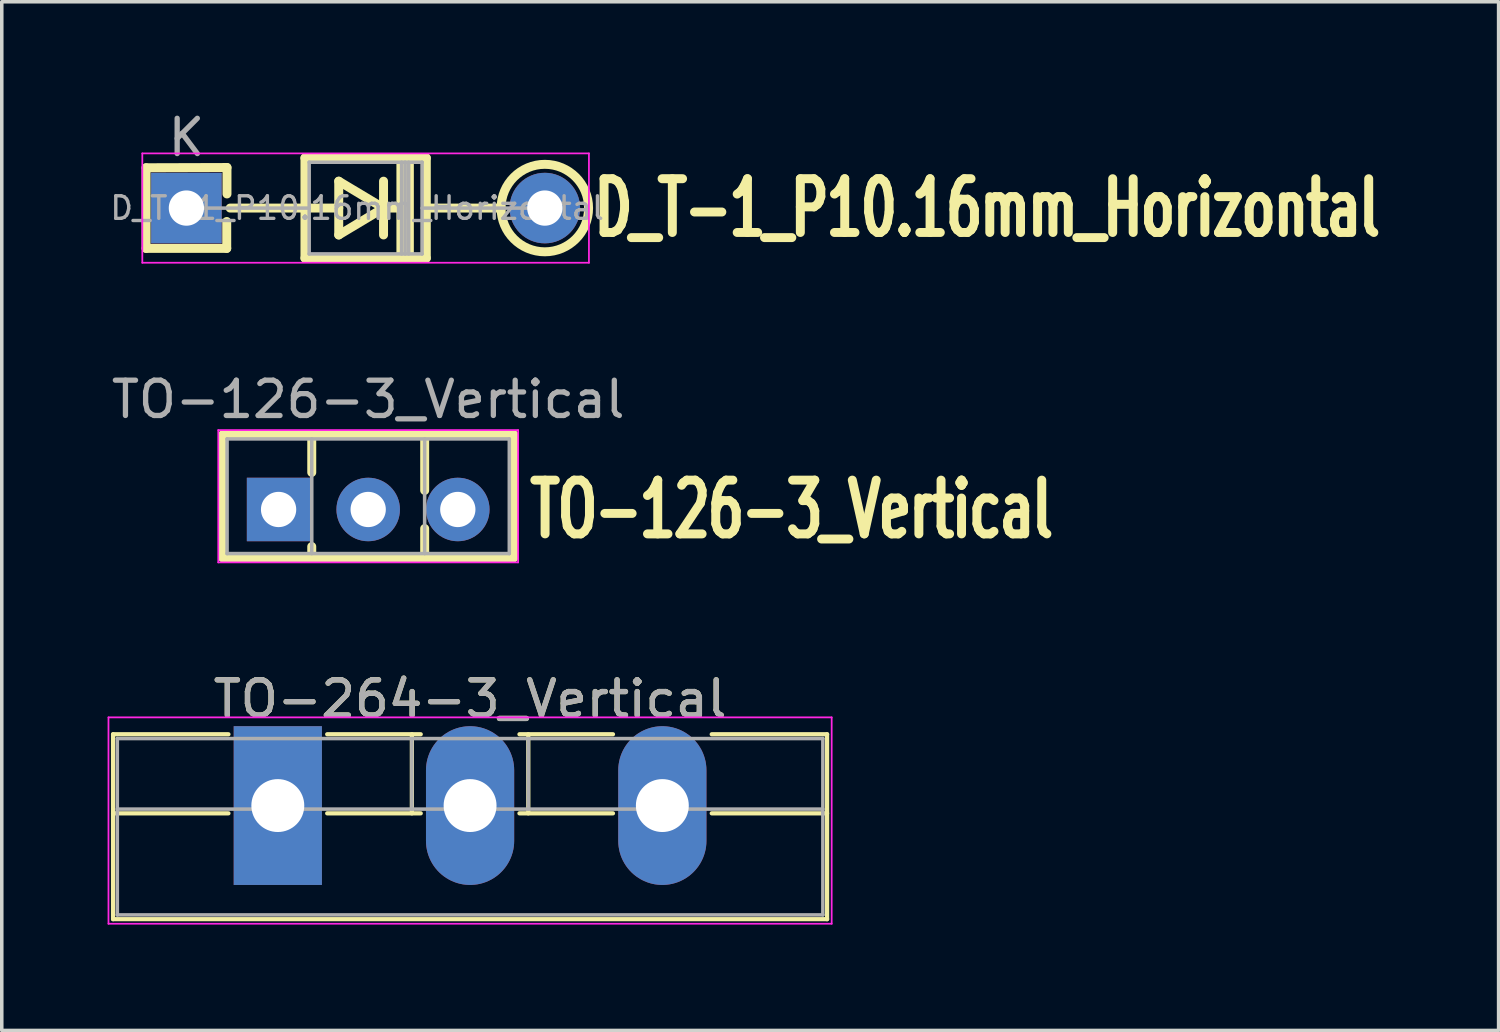
<source format=kicad_pcb>
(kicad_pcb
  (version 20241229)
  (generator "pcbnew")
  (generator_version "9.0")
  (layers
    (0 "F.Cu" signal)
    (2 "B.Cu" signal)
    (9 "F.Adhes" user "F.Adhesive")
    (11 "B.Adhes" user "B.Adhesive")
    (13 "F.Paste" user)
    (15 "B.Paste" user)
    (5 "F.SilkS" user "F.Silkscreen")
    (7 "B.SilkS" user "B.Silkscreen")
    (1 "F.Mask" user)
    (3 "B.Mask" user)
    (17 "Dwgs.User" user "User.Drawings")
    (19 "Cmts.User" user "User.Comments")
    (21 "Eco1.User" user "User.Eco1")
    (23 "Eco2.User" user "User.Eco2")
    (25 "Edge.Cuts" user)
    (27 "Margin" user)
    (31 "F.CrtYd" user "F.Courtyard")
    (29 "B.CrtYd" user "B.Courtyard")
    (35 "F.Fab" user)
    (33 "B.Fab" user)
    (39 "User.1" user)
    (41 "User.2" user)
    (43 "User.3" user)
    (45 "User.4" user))
  (footprint "TO-126-3_Vertical"
    (layer "F.Cu")
    (at 4.847 11.392)
    (property "Reference" "TO-126-3_Vertical" (at 7 0 0) (layer "F.SilkS") (effects (font (size 1.524 1.016) (thickness 0.254)) (justify left)))
    (attr through_hole)
    (fp_line (start -1.58 -2.12) (end -1.58 1.37) (stroke (width 0.254) (type solid)) (layer "F.SilkS"))
    (fp_line (start -1.58 -2.12) (end 6.66 -2.12) (stroke (width 0.254) (type solid)) (layer "F.SilkS"))
    (fp_line (start -1.58 1.37) (end 6.66 1.37) (stroke (width 0.254) (type solid)) (layer "F.SilkS"))
    (fp_line (start 0.94 -2.12) (end 0.94 -1.05) (stroke (width 0.254) (type solid)) (layer "F.SilkS"))
    (fp_line (start 0.94 1.05) (end 0.94 1.37) (stroke (width 0.254) (type solid)) (layer "F.SilkS"))
    (fp_line (start 4.141 -2.12) (end 4.141 -0.54) (stroke (width 0.254) (type solid)) (layer "F.SilkS"))
    (fp_line (start 4.141 0.54) (end 4.141 1.37) (stroke (width 0.254) (type solid)) (layer "F.SilkS"))
    (fp_line (start 6.66 -2.12) (end 6.66 1.37) (stroke (width 0.254) (type solid)) (layer "F.SilkS"))
    (fp_line (start -1.71 -2.25) (end -1.71 1.5) (stroke (width 0.05) (type solid)) (layer "F.CrtYd"))
    (fp_line (start -1.71 1.5) (end 6.79 1.5) (stroke (width 0.05) (type solid)) (layer "F.CrtYd"))
    (fp_line (start 6.79 -2.25) (end -1.71 -2.25) (stroke (width 0.05) (type solid)) (layer "F.CrtYd"))
    (fp_line (start 6.79 1.5) (end 6.79 -2.25) (stroke (width 0.05) (type solid)) (layer "F.CrtYd"))
    (fp_line (start -1.46 -2) (end -1.46 1.25) (stroke (width 0.1) (type solid)) (layer "F.Fab"))
    (fp_line (start -1.46 1.25) (end 6.54 1.25) (stroke (width 0.1) (type solid)) (layer "F.Fab"))
    (fp_line (start 0.94 -2) (end 0.94 1.25) (stroke (width 0.1) (type solid)) (layer "F.Fab"))
    (fp_line (start 4.14 -2) (end 4.14 1.25) (stroke (width 0.1) (type solid)) (layer "F.Fab"))
    (fp_line (start 6.54 -2) (end -1.46 -2) (stroke (width 0.1) (type solid)) (layer "F.Fab"))
    (fp_line (start 6.54 1.25) (end 6.54 -2) (stroke (width 0.1) (type solid)) (layer "F.Fab"))
    (fp_text user "${REFERENCE}" (at 2.54 -3.12 0) (layer "F.Fab") (effects (font (size 1 1) (thickness 0.15))))
    (pad "1" thru_hole oval (at 2.54 0) (size 1.8 1.8) (drill 1) (layers "*.Cu" "*.Mask"))
    (pad "2" thru_hole oval (at 5.08 0) (size 1.8 1.8) (drill 1) (layers "*.Cu" "*.Mask"))
    (pad "3" thru_hole rect (at 0 0) (size 1.8 1.8) (drill 1) (layers "*.Cu" "*.Mask")))
  (footprint "TO-264-3_Vertical"
    (layer "F.Cu")
    (at 4.825 19.785)
    (property "Reference" "TO-264-3_Vertical" (at 5.45 -3.02 0) (layer "F.SilkS") (effects (font (size 1 1) (thickness 0.15))))
    (attr through_hole)
    (fp_line (start -4.67 -2.021) (end -4.67 3.22) (stroke (width 0.12) (type solid)) (layer "F.SilkS"))
    (fp_line (start -4.67 -2.021) (end -1.4 -2.021) (stroke (width 0.12) (type solid)) (layer "F.SilkS"))
    (fp_line (start -4.67 0.22) (end -1.4 0.22) (stroke (width 0.12) (type solid)) (layer "F.SilkS"))
    (fp_line (start -4.67 3.22) (end 15.57 3.22) (stroke (width 0.12) (type solid)) (layer "F.SilkS"))
    (fp_line (start 1.4 -2.021) (end 4.051 -2.021) (stroke (width 0.12) (type solid)) (layer "F.SilkS"))
    (fp_line (start 1.4 0.22) (end 4.051 0.22) (stroke (width 0.12) (type solid)) (layer "F.SilkS"))
    (fp_line (start 3.8 -2.021) (end 3.8 0.22) (stroke (width 0.12) (type solid)) (layer "F.SilkS"))
    (fp_line (start 6.85 -2.021) (end 9.5 -2.021) (stroke (width 0.12) (type solid)) (layer "F.SilkS"))
    (fp_line (start 6.85 0.22) (end 9.5 0.22) (stroke (width 0.12) (type solid)) (layer "F.SilkS"))
    (fp_line (start 7.1 -2.021) (end 7.1 0.22) (stroke (width 0.12) (type solid)) (layer "F.SilkS"))
    (fp_line (start 12.3 -2.021) (end 15.57 -2.021) (stroke (width 0.12) (type solid)) (layer "F.SilkS"))
    (fp_line (start 12.3 0.22) (end 15.57 0.22) (stroke (width 0.12) (type solid)) (layer "F.SilkS"))
    (fp_line (start 15.57 -2.021) (end 15.57 3.22) (stroke (width 0.12) (type solid)) (layer "F.SilkS"))
    (fp_line (start -4.8 -2.5) (end -4.8 3.35) (stroke (width 0.05) (type solid)) (layer "F.CrtYd"))
    (fp_line (start -4.8 3.35) (end 15.7 3.35) (stroke (width 0.05) (type solid)) (layer "F.CrtYd"))
    (fp_line (start 15.7 -2.5) (end -4.8 -2.5) (stroke (width 0.05) (type solid)) (layer "F.CrtYd"))
    (fp_line (start 15.7 3.35) (end 15.7 -2.5) (stroke (width 0.05) (type solid)) (layer "F.CrtYd"))
    (fp_line (start -4.55 -1.9) (end -4.55 3.1) (stroke (width 0.1) (type solid)) (layer "F.Fab"))
    (fp_line (start -4.55 0.1) (end 15.45 0.1) (stroke (width 0.1) (type solid)) (layer "F.Fab"))
    (fp_line (start -4.55 3.1) (end 15.45 3.1) (stroke (width 0.1) (type solid)) (layer "F.Fab"))
    (fp_line (start 3.8 -1.9) (end 3.8 0.1) (stroke (width 0.1) (type solid)) (layer "F.Fab"))
    (fp_line (start 7.1 -1.9) (end 7.1 0.1) (stroke (width 0.1) (type solid)) (layer "F.Fab"))
    (fp_line (start 15.45 -1.9) (end -4.55 -1.9) (stroke (width 0.1) (type solid)) (layer "F.Fab"))
    (fp_line (start 15.45 3.1) (end 15.45 -1.9) (stroke (width 0.1) (type solid)) (layer "F.Fab"))
    (fp_text user "${REFERENCE}" (at 5.45 -3.02 0) (layer "F.Fab") (effects (font (size 1 1) (thickness 0.15))))
    (pad "1" thru_hole oval (at 5.45 0) (size 2.5 4.5) (drill 1.5) (layers "*.Cu" "*.Mask"))
    (pad "2" thru_hole rect (at 0 0) (size 2.5 4.5) (drill 1.5) (layers "*.Cu" "*.Mask"))
    (pad "3" thru_hole oval (at 10.9 0) (size 2.5 4.5) (drill 1.5) (layers "*.Cu" "*.Mask")))
  (footprint "D_T-1_P10.16mm_Horizontal"
    (layer "F.Cu")
    (at 2.234 2.848)
    (property "Reference" "D_T-1_P10.16mm_Horizontal" (at 11.43 0 0) (layer "F.SilkS") (effects (font (size 1.524 1.016) (thickness 0.254)) (justify left)))
    (attr through_hole)
    (fp_line (start -1.143 -1.143) (end -1.143 1.143) (stroke (width 0.254) (type solid)) (layer "F.SilkS"))
    (fp_line (start -1.143 -1.143) (end 1.15 -1.15) (stroke (width 0.254) (type solid)) (layer "F.SilkS"))
    (fp_line (start -1.143 1.143) (end 1.143 1.143) (stroke (width 0.254) (type solid)) (layer "F.SilkS"))
    (fp_line (start 1.143 1.143) (end 1.143 0.381) (stroke (width 0.254) (type solid)) (layer "F.SilkS"))
    (fp_line (start 1.15 -1.15) (end 1.15 -0.4) (stroke (width 0.254) (type solid)) (layer "F.SilkS"))
    (fp_line (start 1.24 0) (end 3.36 0) (stroke (width 0.254) (type solid)) (layer "F.SilkS"))
    (fp_line (start 3.36 -1.42) (end 6.8 -1.42) (stroke (width 0.254) (type solid)) (layer "F.SilkS"))
    (fp_line (start 3.36 1.42) (end 3.36 -1.42) (stroke (width 0.254) (type solid)) (layer "F.SilkS"))
    (fp_line (start 4.318 -0.762) (end 4.318 0.762) (stroke (width 0.254) (type solid)) (layer "F.SilkS"))
    (fp_line (start 4.318 0) (end 3.36 0) (stroke (width 0.254) (type solid)) (layer "F.SilkS"))
    (fp_line (start 4.318 0.762) (end 5.588 0) (stroke (width 0.254) (type solid)) (layer "F.SilkS"))
    (fp_line (start 5.588 -0.762) (end 5.588 0.762) (stroke (width 0.254) (type solid)) (layer "F.SilkS"))
    (fp_line (start 5.588 0) (end 4.318 -0.762) (stroke (width 0.254) (type solid)) (layer "F.SilkS"))
    (fp_line (start 5.588 0) (end 6.08 0) (stroke (width 0.254) (type solid)) (layer "F.SilkS"))
    (fp_line (start 6.08 -1.42) (end 6.08 1.42) (stroke (width 0.254) (type solid)) (layer "F.SilkS"))
    (fp_line (start 6.2 -1.42) (end 6.2 1.42) (stroke (width 0.254) (type solid)) (layer "F.SilkS"))
    (fp_line (start 6.32 -1.42) (end 6.32 1.42) (stroke (width 0.254) (type solid)) (layer "F.SilkS"))
    (fp_line (start 6.8 -1.42) (end 6.8 1.42) (stroke (width 0.254) (type solid)) (layer "F.SilkS"))
    (fp_line (start 6.8 1.42) (end 3.36 1.42) (stroke (width 0.254) (type solid)) (layer "F.SilkS"))
    (fp_line (start 8.92 0) (end 6.8 0) (stroke (width 0.254) (type solid)) (layer "F.SilkS"))
    (fp_circle (center 10.16 0) (end 8.92 0) (stroke (width 0.254) (type solid)) (fill no) (layer "F.SilkS"))
    (fp_line (start -1.25 -1.55) (end -1.25 1.55) (stroke (width 0.05) (type solid)) (layer "F.CrtYd"))
    (fp_line (start -1.25 1.55) (end 11.41 1.55) (stroke (width 0.05) (type solid)) (layer "F.CrtYd"))
    (fp_line (start 11.41 -1.55) (end -1.25 -1.55) (stroke (width 0.05) (type solid)) (layer "F.CrtYd"))
    (fp_line (start 11.41 1.55) (end 11.41 -1.55) (stroke (width 0.05) (type solid)) (layer "F.CrtYd"))
    (fp_line (start 0 0) (end 3.48 0) (stroke (width 0.1) (type solid)) (layer "F.Fab"))
    (fp_line (start 3.48 -1.3) (end 6.68 -1.3) (stroke (width 0.1) (type solid)) (layer "F.Fab"))
    (fp_line (start 3.48 1.3) (end 3.48 -1.3) (stroke (width 0.1) (type solid)) (layer "F.Fab"))
    (fp_line (start 6.1 -1.3) (end 6.1 1.3) (stroke (width 0.1) (type solid)) (layer "F.Fab"))
    (fp_line (start 6.2 -1.3) (end 6.2 1.3) (stroke (width 0.1) (type solid)) (layer "F.Fab"))
    (fp_line (start 6.3 -1.3) (end 6.3 1.3) (stroke (width 0.1) (type solid)) (layer "F.Fab"))
    (fp_line (start 6.68 -1.3) (end 6.68 1.3) (stroke (width 0.1) (type solid)) (layer "F.Fab"))
    (fp_line (start 6.68 1.3) (end 3.48 1.3) (stroke (width 0.1) (type solid)) (layer "F.Fab"))
    (fp_line (start 10.16 0) (end 6.68 0) (stroke (width 0.1) (type solid)) (layer "F.Fab"))
    (fp_text user "${REFERENCE}" (at 4.84 0 0) (layer "F.Fab") (effects (font (size 0.64 0.64) (thickness 0.096))))
    (fp_text user "K" (at 0 -2 0) (layer "F.Fab") (effects (font (size 1 1) (thickness 0.15))))
    (pad "1" thru_hole rect (at 0 0) (size 2 2) (drill 1) (layers "*.Cu" "*.Mask"))
    (pad "2" thru_hole oval (at 10.16 0) (size 2 2) (drill 1) (layers "*.Cu" "*.Mask")))
  (gr_rect
    (start -3 -3)
    (end 39.43 26.16)
    (stroke (width 0.1) (type default))
    (fill no)
    (layer "Edge.Cuts")))
</source>
